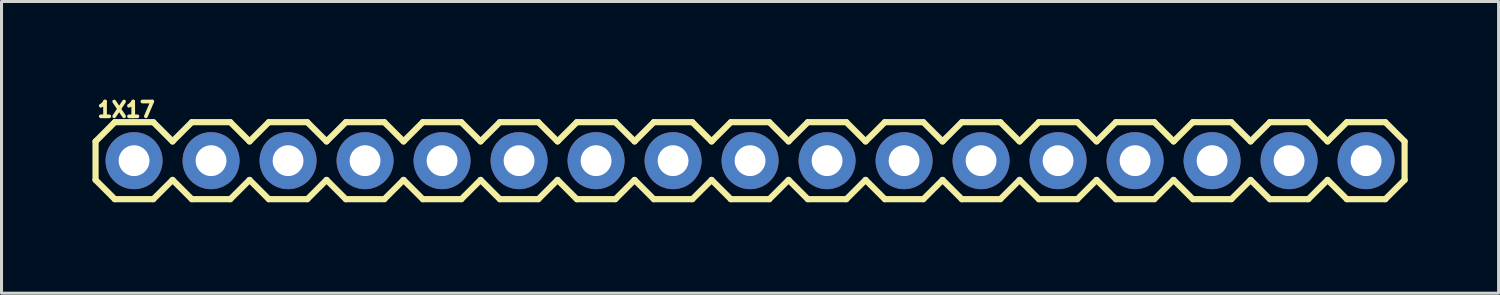
<source format=kicad_pcb>
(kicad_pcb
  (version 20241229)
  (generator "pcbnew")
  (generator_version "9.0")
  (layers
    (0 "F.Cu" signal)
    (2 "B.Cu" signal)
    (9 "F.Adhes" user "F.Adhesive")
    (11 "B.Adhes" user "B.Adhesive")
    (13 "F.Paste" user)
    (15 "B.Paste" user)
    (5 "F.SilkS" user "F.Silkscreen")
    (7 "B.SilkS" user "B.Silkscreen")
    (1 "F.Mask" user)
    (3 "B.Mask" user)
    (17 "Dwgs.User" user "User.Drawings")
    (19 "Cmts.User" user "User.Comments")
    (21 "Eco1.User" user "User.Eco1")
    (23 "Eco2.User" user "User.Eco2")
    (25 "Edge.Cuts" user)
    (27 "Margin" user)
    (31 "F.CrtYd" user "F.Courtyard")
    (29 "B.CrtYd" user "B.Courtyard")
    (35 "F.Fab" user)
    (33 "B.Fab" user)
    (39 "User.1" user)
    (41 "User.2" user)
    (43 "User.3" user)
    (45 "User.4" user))
  (footprint "1X17"
    (layer "F.Cu")
    (at 1.372 2.25)
    (property "Reference" "1X17" (at -1.27 -1.397 0) (layer "F.SilkS") (effects (font (size 0.488 0.488) (thickness 0.122)) (justify left bottom)))
    (fp_line (start -1.27 -0.635) (end -1.27 0.635) (stroke (width 0.203) (type solid)) (layer "F.SilkS"))
    (fp_line (start -1.27 0.635) (end -0.635 1.27) (stroke (width 0.203) (type solid)) (layer "F.SilkS"))
    (fp_line (start -0.635 -1.27) (end -1.27 -0.635) (stroke (width 0.203) (type solid)) (layer "F.SilkS"))
    (fp_line (start -0.635 -1.27) (end 0.635 -1.27) (stroke (width 0.203) (type solid)) (layer "F.SilkS"))
    (fp_line (start 0.635 -1.27) (end 1.27 -0.635) (stroke (width 0.203) (type solid)) (layer "F.SilkS"))
    (fp_line (start 0.635 1.27) (end -0.635 1.27) (stroke (width 0.203) (type solid)) (layer "F.SilkS"))
    (fp_line (start 1.27 -0.635) (end 1.905 -1.27) (stroke (width 0.203) (type solid)) (layer "F.SilkS"))
    (fp_line (start 1.27 0.635) (end 0.635 1.27) (stroke (width 0.203) (type solid)) (layer "F.SilkS"))
    (fp_line (start 1.905 -1.27) (end 3.175 -1.27) (stroke (width 0.203) (type solid)) (layer "F.SilkS"))
    (fp_line (start 1.905 1.27) (end 1.27 0.635) (stroke (width 0.203) (type solid)) (layer "F.SilkS"))
    (fp_line (start 3.175 -1.27) (end 3.81 -0.635) (stroke (width 0.203) (type solid)) (layer "F.SilkS"))
    (fp_line (start 3.175 1.27) (end 1.905 1.27) (stroke (width 0.203) (type solid)) (layer "F.SilkS"))
    (fp_line (start 3.81 -0.635) (end 4.445 -1.27) (stroke (width 0.203) (type solid)) (layer "F.SilkS"))
    (fp_line (start 3.81 0.635) (end 3.175 1.27) (stroke (width 0.203) (type solid)) (layer "F.SilkS"))
    (fp_line (start 4.445 -1.27) (end 5.715 -1.27) (stroke (width 0.203) (type solid)) (layer "F.SilkS"))
    (fp_line (start 4.445 1.27) (end 3.81 0.635) (stroke (width 0.203) (type solid)) (layer "F.SilkS"))
    (fp_line (start 5.715 -1.27) (end 6.35 -0.635) (stroke (width 0.203) (type solid)) (layer "F.SilkS"))
    (fp_line (start 5.715 1.27) (end 4.445 1.27) (stroke (width 0.203) (type solid)) (layer "F.SilkS"))
    (fp_line (start 6.35 0.635) (end 5.715 1.27) (stroke (width 0.203) (type solid)) (layer "F.SilkS"))
    (fp_line (start 6.35 0.635) (end 6.985 1.27) (stroke (width 0.203) (type solid)) (layer "F.SilkS"))
    (fp_line (start 6.985 -1.27) (end 6.35 -0.635) (stroke (width 0.203) (type solid)) (layer "F.SilkS"))
    (fp_line (start 6.985 -1.27) (end 8.255 -1.27) (stroke (width 0.203) (type solid)) (layer "F.SilkS"))
    (fp_line (start 8.255 -1.27) (end 8.89 -0.635) (stroke (width 0.203) (type solid)) (layer "F.SilkS"))
    (fp_line (start 8.255 1.27) (end 6.985 1.27) (stroke (width 0.203) (type solid)) (layer "F.SilkS"))
    (fp_line (start 8.89 -0.635) (end 9.525 -1.27) (stroke (width 0.203) (type solid)) (layer "F.SilkS"))
    (fp_line (start 8.89 0.635) (end 8.255 1.27) (stroke (width 0.203) (type solid)) (layer "F.SilkS"))
    (fp_line (start 9.525 -1.27) (end 10.795 -1.27) (stroke (width 0.203) (type solid)) (layer "F.SilkS"))
    (fp_line (start 9.525 1.27) (end 8.89 0.635) (stroke (width 0.203) (type solid)) (layer "F.SilkS"))
    (fp_line (start 10.795 -1.27) (end 11.43 -0.635) (stroke (width 0.203) (type solid)) (layer "F.SilkS"))
    (fp_line (start 10.795 1.27) (end 9.525 1.27) (stroke (width 0.203) (type solid)) (layer "F.SilkS"))
    (fp_line (start 11.43 -0.635) (end 12.065 -1.27) (stroke (width 0.203) (type solid)) (layer "F.SilkS"))
    (fp_line (start 11.43 0.635) (end 10.795 1.27) (stroke (width 0.203) (type solid)) (layer "F.SilkS"))
    (fp_line (start 12.065 -1.27) (end 13.335 -1.27) (stroke (width 0.203) (type solid)) (layer "F.SilkS"))
    (fp_line (start 12.065 1.27) (end 11.43 0.635) (stroke (width 0.203) (type solid)) (layer "F.SilkS"))
    (fp_line (start 13.335 -1.27) (end 13.97 -0.635) (stroke (width 0.203) (type solid)) (layer "F.SilkS"))
    (fp_line (start 13.335 1.27) (end 12.065 1.27) (stroke (width 0.203) (type solid)) (layer "F.SilkS"))
    (fp_line (start 13.97 0.635) (end 13.335 1.27) (stroke (width 0.203) (type solid)) (layer "F.SilkS"))
    (fp_line (start 13.97 0.635) (end 14.605 1.27) (stroke (width 0.203) (type solid)) (layer "F.SilkS"))
    (fp_line (start 14.605 -1.27) (end 13.97 -0.635) (stroke (width 0.203) (type solid)) (layer "F.SilkS"))
    (fp_line (start 14.605 -1.27) (end 15.875 -1.27) (stroke (width 0.203) (type solid)) (layer "F.SilkS"))
    (fp_line (start 15.875 -1.27) (end 16.51 -0.635) (stroke (width 0.203) (type solid)) (layer "F.SilkS"))
    (fp_line (start 15.875 1.27) (end 14.605 1.27) (stroke (width 0.203) (type solid)) (layer "F.SilkS"))
    (fp_line (start 16.51 0.635) (end 15.875 1.27) (stroke (width 0.203) (type solid)) (layer "F.SilkS"))
    (fp_line (start 16.51 0.635) (end 17.145 1.27) (stroke (width 0.203) (type solid)) (layer "F.SilkS"))
    (fp_line (start 17.145 -1.27) (end 16.51 -0.635) (stroke (width 0.203) (type solid)) (layer "F.SilkS"))
    (fp_line (start 17.145 -1.27) (end 18.415 -1.27) (stroke (width 0.203) (type solid)) (layer "F.SilkS"))
    (fp_line (start 18.415 -1.27) (end 19.05 -0.635) (stroke (width 0.203) (type solid)) (layer "F.SilkS"))
    (fp_line (start 18.415 1.27) (end 17.145 1.27) (stroke (width 0.203) (type solid)) (layer "F.SilkS"))
    (fp_line (start 19.05 -0.635) (end 19.685 -1.27) (stroke (width 0.203) (type solid)) (layer "F.SilkS"))
    (fp_line (start 19.05 0.635) (end 18.415 1.27) (stroke (width 0.203) (type solid)) (layer "F.SilkS"))
    (fp_line (start 19.685 -1.27) (end 20.955 -1.27) (stroke (width 0.203) (type solid)) (layer "F.SilkS"))
    (fp_line (start 19.685 1.27) (end 19.05 0.635) (stroke (width 0.203) (type solid)) (layer "F.SilkS"))
    (fp_line (start 20.955 -1.27) (end 21.59 -0.635) (stroke (width 0.203) (type solid)) (layer "F.SilkS"))
    (fp_line (start 20.955 1.27) (end 19.685 1.27) (stroke (width 0.203) (type solid)) (layer "F.SilkS"))
    (fp_line (start 21.59 -0.635) (end 22.225 -1.27) (stroke (width 0.203) (type solid)) (layer "F.SilkS"))
    (fp_line (start 21.59 0.635) (end 20.955 1.27) (stroke (width 0.203) (type solid)) (layer "F.SilkS"))
    (fp_line (start 22.225 -1.27) (end 23.495 -1.27) (stroke (width 0.203) (type solid)) (layer "F.SilkS"))
    (fp_line (start 22.225 1.27) (end 21.59 0.635) (stroke (width 0.203) (type solid)) (layer "F.SilkS"))
    (fp_line (start 23.495 -1.27) (end 24.13 -0.635) (stroke (width 0.203) (type solid)) (layer "F.SilkS"))
    (fp_line (start 23.495 1.27) (end 22.225 1.27) (stroke (width 0.203) (type solid)) (layer "F.SilkS"))
    (fp_line (start 24.13 0.635) (end 23.495 1.27) (stroke (width 0.203) (type solid)) (layer "F.SilkS"))
    (fp_line (start 24.13 0.635) (end 24.765 1.27) (stroke (width 0.203) (type solid)) (layer "F.SilkS"))
    (fp_line (start 24.765 -1.27) (end 24.13 -0.635) (stroke (width 0.203) (type solid)) (layer "F.SilkS"))
    (fp_line (start 24.765 -1.27) (end 26.035 -1.27) (stroke (width 0.203) (type solid)) (layer "F.SilkS"))
    (fp_line (start 26.035 -1.27) (end 26.67 -0.635) (stroke (width 0.203) (type solid)) (layer "F.SilkS"))
    (fp_line (start 26.035 1.27) (end 24.765 1.27) (stroke (width 0.203) (type solid)) (layer "F.SilkS"))
    (fp_line (start 26.67 -0.635) (end 27.305 -1.27) (stroke (width 0.203) (type solid)) (layer "F.SilkS"))
    (fp_line (start 26.67 0.635) (end 26.035 1.27) (stroke (width 0.203) (type solid)) (layer "F.SilkS"))
    (fp_line (start 27.305 -1.27) (end 28.575 -1.27) (stroke (width 0.203) (type solid)) (layer "F.SilkS"))
    (fp_line (start 27.305 1.27) (end 26.67 0.635) (stroke (width 0.203) (type solid)) (layer "F.SilkS"))
    (fp_line (start 28.575 -1.27) (end 29.21 -0.635) (stroke (width 0.203) (type solid)) (layer "F.SilkS"))
    (fp_line (start 28.575 1.27) (end 27.305 1.27) (stroke (width 0.203) (type solid)) (layer "F.SilkS"))
    (fp_line (start 29.21 -0.635) (end 29.845 -1.27) (stroke (width 0.203) (type solid)) (layer "F.SilkS"))
    (fp_line (start 29.21 0.635) (end 28.575 1.27) (stroke (width 0.203) (type solid)) (layer "F.SilkS"))
    (fp_line (start 29.845 -1.27) (end 31.115 -1.27) (stroke (width 0.203) (type solid)) (layer "F.SilkS"))
    (fp_line (start 29.845 1.27) (end 29.21 0.635) (stroke (width 0.203) (type solid)) (layer "F.SilkS"))
    (fp_line (start 31.115 -1.27) (end 31.75 -0.635) (stroke (width 0.203) (type solid)) (layer "F.SilkS"))
    (fp_line (start 31.115 1.27) (end 29.845 1.27) (stroke (width 0.203) (type solid)) (layer "F.SilkS"))
    (fp_line (start 31.75 0.635) (end 31.115 1.27) (stroke (width 0.203) (type solid)) (layer "F.SilkS"))
    (fp_line (start 31.75 0.635) (end 32.385 1.27) (stroke (width 0.203) (type solid)) (layer "F.SilkS"))
    (fp_line (start 32.385 -1.27) (end 31.75 -0.635) (stroke (width 0.203) (type solid)) (layer "F.SilkS"))
    (fp_line (start 32.385 -1.27) (end 33.655 -1.27) (stroke (width 0.203) (type solid)) (layer "F.SilkS"))
    (fp_line (start 33.655 -1.27) (end 34.29 -0.635) (stroke (width 0.203) (type solid)) (layer "F.SilkS"))
    (fp_line (start 33.655 1.27) (end 32.385 1.27) (stroke (width 0.203) (type solid)) (layer "F.SilkS"))
    (fp_line (start 34.29 0.635) (end 33.655 1.27) (stroke (width 0.203) (type solid)) (layer "F.SilkS"))
    (fp_line (start 34.29 0.635) (end 34.925 1.27) (stroke (width 0.203) (type solid)) (layer "F.SilkS"))
    (fp_line (start 34.925 -1.27) (end 34.29 -0.635) (stroke (width 0.203) (type solid)) (layer "F.SilkS"))
    (fp_line (start 34.925 -1.27) (end 36.195 -1.27) (stroke (width 0.203) (type solid)) (layer "F.SilkS"))
    (fp_line (start 36.195 -1.27) (end 36.83 -0.635) (stroke (width 0.203) (type solid)) (layer "F.SilkS"))
    (fp_line (start 36.195 1.27) (end 34.925 1.27) (stroke (width 0.203) (type solid)) (layer "F.SilkS"))
    (fp_line (start 36.83 0.635) (end 36.195 1.27) (stroke (width 0.203) (type solid)) (layer "F.SilkS"))
    (fp_line (start 36.83 0.635) (end 37.465 1.27) (stroke (width 0.203) (type solid)) (layer "F.SilkS"))
    (fp_line (start 37.465 -1.27) (end 36.83 -0.635) (stroke (width 0.203) (type solid)) (layer "F.SilkS"))
    (fp_line (start 37.465 -1.27) (end 38.735 -1.27) (stroke (width 0.203) (type solid)) (layer "F.SilkS"))
    (fp_line (start 38.735 -1.27) (end 39.37 -0.635) (stroke (width 0.203) (type solid)) (layer "F.SilkS"))
    (fp_line (start 38.735 1.27) (end 37.465 1.27) (stroke (width 0.203) (type solid)) (layer "F.SilkS"))
    (fp_line (start 39.37 0.635) (end 38.735 1.27) (stroke (width 0.203) (type solid)) (layer "F.SilkS"))
    (fp_line (start 39.37 0.635) (end 40.005 1.27) (stroke (width 0.203) (type solid)) (layer "F.SilkS"))
    (fp_line (start 40.005 -1.27) (end 39.37 -0.635) (stroke (width 0.203) (type solid)) (layer "F.SilkS"))
    (fp_line (start 40.005 -1.27) (end 41.275 -1.27) (stroke (width 0.203) (type solid)) (layer "F.SilkS"))
    (fp_line (start 41.275 -1.27) (end 41.91 -0.635) (stroke (width 0.203) (type solid)) (layer "F.SilkS"))
    (fp_line (start 41.275 1.27) (end 40.005 1.27) (stroke (width 0.203) (type solid)) (layer "F.SilkS"))
    (fp_line (start 41.91 -0.635) (end 41.91 0.635) (stroke (width 0.203) (type solid)) (layer "F.SilkS"))
    (fp_line (start 41.91 0.635) (end 41.275 1.27) (stroke (width 0.203) (type solid)) (layer "F.SilkS"))
    (fp_poly (pts (xy -0.254 0.254) (xy 0.254 0.254) (xy 0.254 -0.254) (xy -0.254 -0.254)) (stroke (width 0.1) (type default)) (fill no) (layer "F.Fab"))
    (fp_poly (pts (xy 2.286 0.254) (xy 2.794 0.254) (xy 2.794 -0.254) (xy 2.286 -0.254)) (stroke (width 0.1) (type default)) (fill no) (layer "F.Fab"))
    (fp_poly (pts (xy 4.826 0.254) (xy 5.334 0.254) (xy 5.334 -0.254) (xy 4.826 -0.254)) (stroke (width 0.1) (type default)) (fill no) (layer "F.Fab"))
    (fp_poly (pts (xy 7.366 0.254) (xy 7.874 0.254) (xy 7.874 -0.254) (xy 7.366 -0.254)) (stroke (width 0.1) (type default)) (fill no) (layer "F.Fab"))
    (fp_poly (pts (xy 9.906 0.254) (xy 10.414 0.254) (xy 10.414 -0.254) (xy 9.906 -0.254)) (stroke (width 0.1) (type default)) (fill no) (layer "F.Fab"))
    (fp_poly (pts (xy 12.446 0.254) (xy 12.954 0.254) (xy 12.954 -0.254) (xy 12.446 -0.254)) (stroke (width 0.1) (type default)) (fill no) (layer "F.Fab"))
    (fp_poly (pts (xy 14.986 0.254) (xy 15.494 0.254) (xy 15.494 -0.254) (xy 14.986 -0.254)) (stroke (width 0.1) (type default)) (fill no) (layer "F.Fab"))
    (fp_poly (pts (xy 17.526 0.254) (xy 18.034 0.254) (xy 18.034 -0.254) (xy 17.526 -0.254)) (stroke (width 0.1) (type default)) (fill no) (layer "F.Fab"))
    (fp_poly (pts (xy 20.066 0.254) (xy 20.574 0.254) (xy 20.574 -0.254) (xy 20.066 -0.254)) (stroke (width 0.1) (type default)) (fill no) (layer "F.Fab"))
    (fp_poly (pts (xy 22.606 0.254) (xy 23.114 0.254) (xy 23.114 -0.254) (xy 22.606 -0.254)) (stroke (width 0.1) (type default)) (fill no) (layer "F.Fab"))
    (fp_poly (pts (xy 25.146 0.254) (xy 25.654 0.254) (xy 25.654 -0.254) (xy 25.146 -0.254)) (stroke (width 0.1) (type default)) (fill no) (layer "F.Fab"))
    (fp_poly (pts (xy 27.686 0.254) (xy 28.194 0.254) (xy 28.194 -0.254) (xy 27.686 -0.254)) (stroke (width 0.1) (type default)) (fill no) (layer "F.Fab"))
    (fp_poly (pts (xy 30.226 0.254) (xy 30.734 0.254) (xy 30.734 -0.254) (xy 30.226 -0.254)) (stroke (width 0.1) (type default)) (fill no) (layer "F.Fab"))
    (fp_poly (pts (xy 32.766 0.254) (xy 33.274 0.254) (xy 33.274 -0.254) (xy 32.766 -0.254)) (stroke (width 0.1) (type default)) (fill no) (layer "F.Fab"))
    (fp_poly (pts (xy 35.306 0.254) (xy 35.814 0.254) (xy 35.814 -0.254) (xy 35.306 -0.254)) (stroke (width 0.1) (type default)) (fill no) (layer "F.Fab"))
    (fp_poly (pts (xy 37.846 0.254) (xy 38.354 0.254) (xy 38.354 -0.254) (xy 37.846 -0.254)) (stroke (width 0.1) (type default)) (fill no) (layer "F.Fab"))
    (fp_poly (pts (xy 40.386 0.254) (xy 40.894 0.254) (xy 40.894 -0.254) (xy 40.386 -0.254)) (stroke (width 0.1) (type default)) (fill no) (layer "F.Fab"))
    (pad "1" thru_hole circle (at 0 0 90) (size 1.88 1.88) (drill 1.016) (layers "*.Cu" "*.Mask"))
    (pad "2" thru_hole circle (at 2.54 0 90) (size 1.88 1.88) (drill 1.016) (layers "*.Cu" "*.Mask"))
    (pad "3" thru_hole circle (at 5.08 0 90) (size 1.88 1.88) (drill 1.016) (layers "*.Cu" "*.Mask"))
    (pad "4" thru_hole circle (at 7.62 0 90) (size 1.88 1.88) (drill 1.016) (layers "*.Cu" "*.Mask"))
    (pad "5" thru_hole circle (at 10.16 0 90) (size 1.88 1.88) (drill 1.016) (layers "*.Cu" "*.Mask"))
    (pad "6" thru_hole circle (at 12.7 0 90) (size 1.88 1.88) (drill 1.016) (layers "*.Cu" "*.Mask"))
    (pad "7" thru_hole circle (at 15.24 0 90) (size 1.88 1.88) (drill 1.016) (layers "*.Cu" "*.Mask"))
    (pad "8" thru_hole circle (at 17.78 0 90) (size 1.88 1.88) (drill 1.016) (layers "*.Cu" "*.Mask"))
    (pad "9" thru_hole circle (at 20.32 0 90) (size 1.88 1.88) (drill 1.016) (layers "*.Cu" "*.Mask"))
    (pad "10" thru_hole circle (at 22.86 0 90) (size 1.88 1.88) (drill 1.016) (layers "*.Cu" "*.Mask"))
    (pad "11" thru_hole circle (at 25.4 0 90) (size 1.88 1.88) (drill 1.016) (layers "*.Cu" "*.Mask"))
    (pad "12" thru_hole circle (at 27.94 0 90) (size 1.88 1.88) (drill 1.016) (layers "*.Cu" "*.Mask"))
    (pad "13" thru_hole circle (at 30.48 0 90) (size 1.88 1.88) (drill 1.016) (layers "*.Cu" "*.Mask"))
    (pad "14" thru_hole circle (at 33.02 0 90) (size 1.88 1.88) (drill 1.016) (layers "*.Cu" "*.Mask"))
    (pad "15" thru_hole circle (at 35.56 0 90) (size 1.88 1.88) (drill 1.016) (layers "*.Cu" "*.Mask"))
    (pad "16" thru_hole circle (at 38.1 0 90) (size 1.88 1.88) (drill 1.016) (layers "*.Cu" "*.Mask"))
    (pad "17" thru_hole circle (at 40.64 0 90) (size 1.88 1.88) (drill 1.016) (layers "*.Cu" "*.Mask")))
  (gr_rect
    (start -3 -3)
    (end 46.383 6.622)
    (stroke (width 0.1) (type default))
    (fill no)
    (layer "Edge.Cuts")))
</source>
